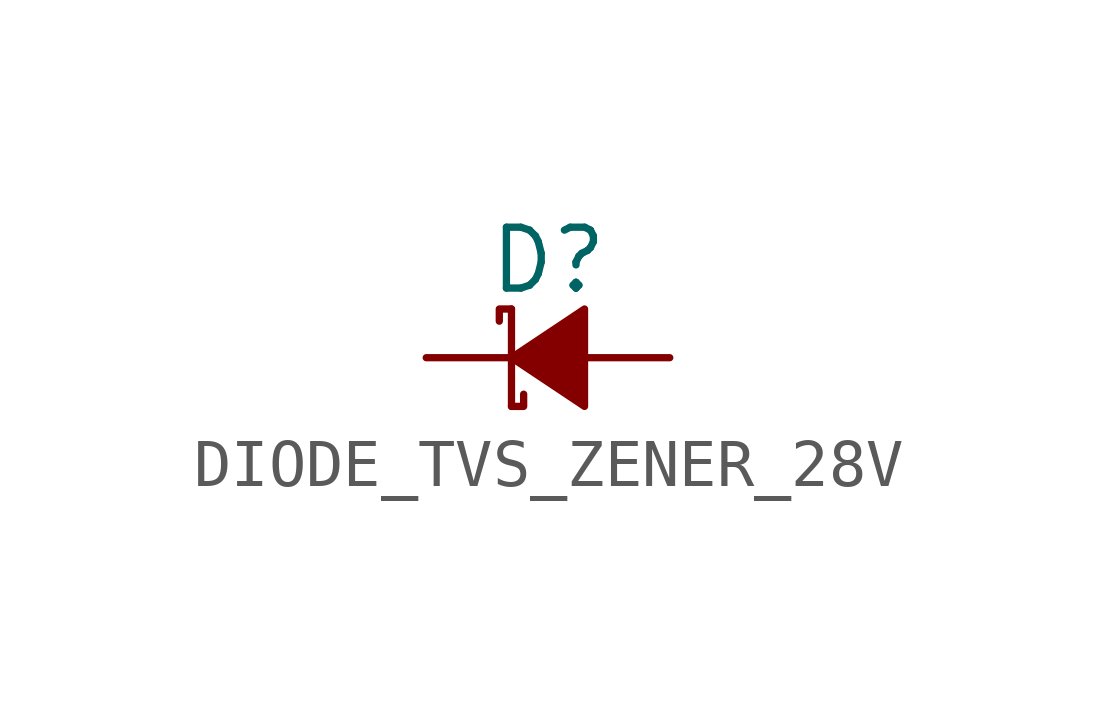
<source format=kicad_sym>
(kicad_symbol_lib
  (version 20211014)
  (generator kicad_symbol_editor)
  (symbol "DIODE_TVS_ZENER_28V"
    (pin_numbers hide)
    (pin_names
      (offset 0.254) hide)
    (property "Reference" "D"
      (at -1.27 2.032 0)
      (effects (font (size 1.27 1.27)) (justify left)))
    (symbol "DIODE_TVS_ZENER_28V_0_1"
      (polyline (pts (xy -0.762 -1.016) (xy -0.762 1.016)) (stroke (width 0) (type default) (color 0 0 0 0)) (fill (type none)))
      (polyline (pts (xy -0.762 -1.016) (xy -0.508 -1.016) (xy -0.508 -0.762)) (stroke (width 0) (type default) (color 0 0 0 0)) (fill (type none)))
      (polyline (pts (xy -0.762 1.016) (xy -1.016 1.016) (xy -1.016 0.762)) (stroke (width 0) (type default) (color 0 0 0 0)) (fill (type none)))
      (polyline (pts (xy 0.762 -1.016) (xy -0.762 0) (xy 0.762 1.016) (xy 0.762 -1.016)) (stroke (width 0) (type default) (color 0 0 0 0)) (fill (type outline))))
    (symbol "DIODE_TVS_ZENER_28V_1_1"
      (pin passive line (at -2.54 0 0) (length 1.778) (name "K" (effects (font (size 1.27 1.27)))) (number "1" (effects (font (size 1.27 1.27)))))
      (pin passive line (at 2.54 0 180) (length 1.778) (name "A" (effects (font (size 1.27 1.27)))) (number "2" (effects (font (size 1.27 1.27))))))))
</source>
